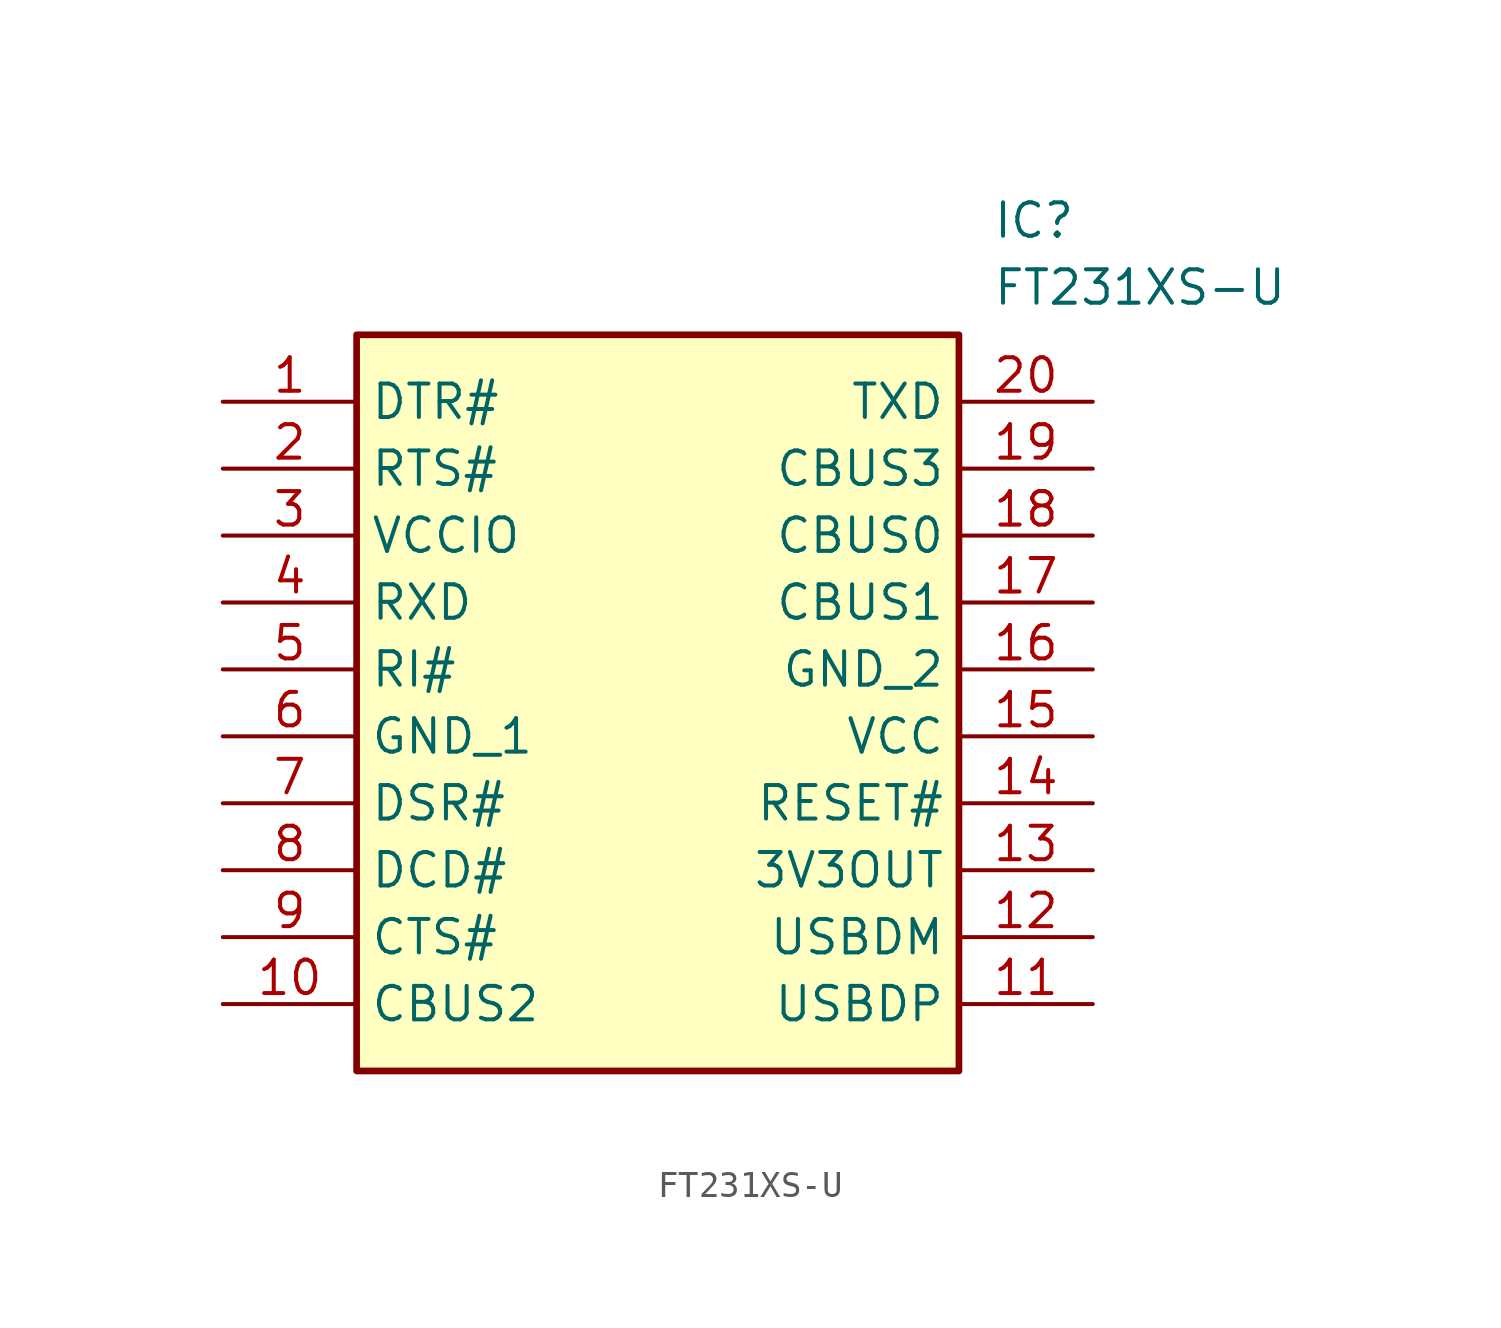
<source format=kicad_sym>
(kicad_symbol_lib
  (version 20211014)
  (generator SamacSys_ECAD_Model)
  (symbol "FT231XS-U"
    (property "Reference" "IC"
      (at 29.21 7.62 0)
      (effects (font (size 1.27 1.27)) (justify left top)))
    (property "Value" "FT231XS-U"
      (at 29.21 5.08 0)
      (effects (font (size 1.27 1.27)) (justify left top)))
    (rectangle
      (start 5.08 2.54)
      (end 27.94 -25.4)
      (stroke (width 0.254) (type default))
      (fill (type background)))
    (pin passive line
      (at 0 0 0)
      (length 5.08)
      (name "DTR#" (effects (font (size 1.27 1.27))))
      (number "1" (effects (font (size 1.27 1.27)))))
    (pin passive line
      (at 0 -2.54 0)
      (length 5.08)
      (name "RTS#" (effects (font (size 1.27 1.27))))
      (number "2" (effects (font (size 1.27 1.27)))))
    (pin passive line
      (at 0 -5.08 0)
      (length 5.08)
      (name "VCCIO" (effects (font (size 1.27 1.27))))
      (number "3" (effects (font (size 1.27 1.27)))))
    (pin passive line
      (at 0 -7.62 0)
      (length 5.08)
      (name "RXD" (effects (font (size 1.27 1.27))))
      (number "4" (effects (font (size 1.27 1.27)))))
    (pin passive line
      (at 0 -10.16 0)
      (length 5.08)
      (name "RI#" (effects (font (size 1.27 1.27))))
      (number "5" (effects (font (size 1.27 1.27)))))
    (pin passive line
      (at 0 -12.7 0)
      (length 5.08)
      (name "GND_1" (effects (font (size 1.27 1.27))))
      (number "6" (effects (font (size 1.27 1.27)))))
    (pin passive line
      (at 0 -15.24 0)
      (length 5.08)
      (name "DSR#" (effects (font (size 1.27 1.27))))
      (number "7" (effects (font (size 1.27 1.27)))))
    (pin passive line
      (at 0 -17.78 0)
      (length 5.08)
      (name "DCD#" (effects (font (size 1.27 1.27))))
      (number "8" (effects (font (size 1.27 1.27)))))
    (pin passive line
      (at 0 -20.32 0)
      (length 5.08)
      (name "CTS#" (effects (font (size 1.27 1.27))))
      (number "9" (effects (font (size 1.27 1.27)))))
    (pin passive line
      (at 0 -22.86 0)
      (length 5.08)
      (name "CBUS2" (effects (font (size 1.27 1.27))))
      (number "10" (effects (font (size 1.27 1.27)))))
    (pin passive line
      (at 33.02 0 180)
      (length 5.08)
      (name "TXD" (effects (font (size 1.27 1.27))))
      (number "20" (effects (font (size 1.27 1.27)))))
    (pin passive line
      (at 33.02 -2.54 180)
      (length 5.08)
      (name "CBUS3" (effects (font (size 1.27 1.27))))
      (number "19" (effects (font (size 1.27 1.27)))))
    (pin passive line
      (at 33.02 -5.08 180)
      (length 5.08)
      (name "CBUS0" (effects (font (size 1.27 1.27))))
      (number "18" (effects (font (size 1.27 1.27)))))
    (pin passive line
      (at 33.02 -7.62 180)
      (length 5.08)
      (name "CBUS1" (effects (font (size 1.27 1.27))))
      (number "17" (effects (font (size 1.27 1.27)))))
    (pin passive line
      (at 33.02 -10.16 180)
      (length 5.08)
      (name "GND_2" (effects (font (size 1.27 1.27))))
      (number "16" (effects (font (size 1.27 1.27)))))
    (pin passive line
      (at 33.02 -12.7 180)
      (length 5.08)
      (name "VCC" (effects (font (size 1.27 1.27))))
      (number "15" (effects (font (size 1.27 1.27)))))
    (pin passive line
      (at 33.02 -15.24 180)
      (length 5.08)
      (name "RESET#" (effects (font (size 1.27 1.27))))
      (number "14" (effects (font (size 1.27 1.27)))))
    (pin passive line
      (at 33.02 -17.78 180)
      (length 5.08)
      (name "3V3OUT" (effects (font (size 1.27 1.27))))
      (number "13" (effects (font (size 1.27 1.27)))))
    (pin passive line
      (at 33.02 -20.32 180)
      (length 5.08)
      (name "USBDM" (effects (font (size 1.27 1.27))))
      (number "12" (effects (font (size 1.27 1.27)))))
    (pin passive line
      (at 33.02 -22.86 180)
      (length 5.08)
      (name "USBDP" (effects (font (size 1.27 1.27))))
      (number "11" (effects (font (size 1.27 1.27)))))))
</source>
